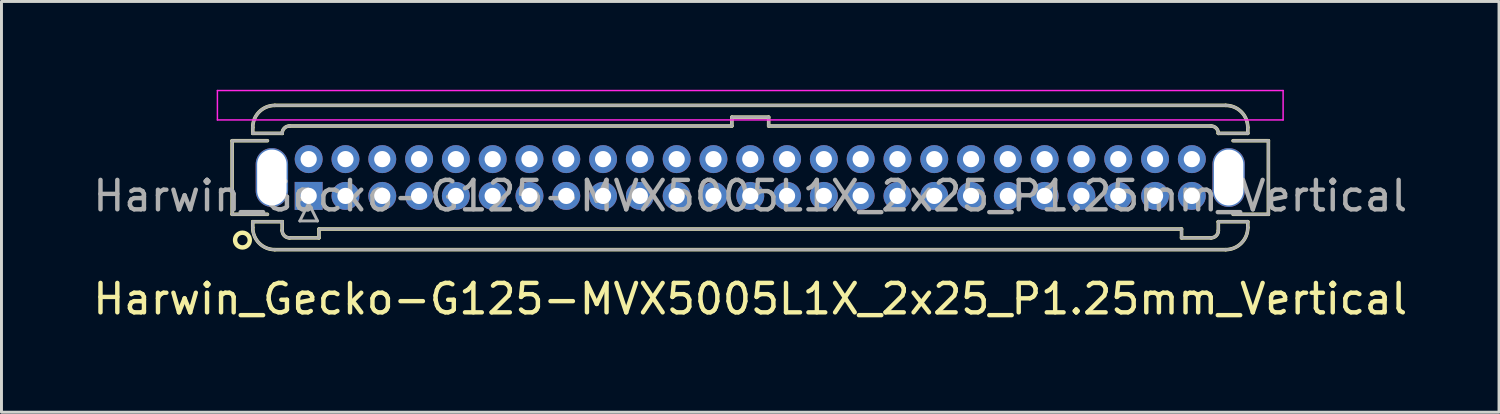
<source format=kicad_pcb>
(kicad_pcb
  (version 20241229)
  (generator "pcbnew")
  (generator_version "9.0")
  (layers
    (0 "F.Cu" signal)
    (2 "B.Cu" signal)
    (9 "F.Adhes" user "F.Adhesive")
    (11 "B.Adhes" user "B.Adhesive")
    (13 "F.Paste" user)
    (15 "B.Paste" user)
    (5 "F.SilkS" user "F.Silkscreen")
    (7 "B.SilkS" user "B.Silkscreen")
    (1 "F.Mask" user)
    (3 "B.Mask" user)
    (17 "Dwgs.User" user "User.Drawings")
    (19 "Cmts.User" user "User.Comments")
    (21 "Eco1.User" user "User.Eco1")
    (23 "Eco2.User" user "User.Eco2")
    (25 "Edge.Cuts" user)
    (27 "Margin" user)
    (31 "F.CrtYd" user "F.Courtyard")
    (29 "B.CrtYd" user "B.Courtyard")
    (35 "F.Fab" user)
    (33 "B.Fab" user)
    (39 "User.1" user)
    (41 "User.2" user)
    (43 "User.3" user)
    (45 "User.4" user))
  (footprint "Harwin_Gecko-G125-MVX5005L1X_2x25_P1.25mm_Vertical"
    (layer "F.Cu")
    (at 7.435 3.605)
    (property "Reference" "Harwin_Gecko-G125-MVX5005L1X_2x25_P1.25mm_Vertical" (at 15 3.5 0) (layer "F.SilkS") (effects (font (size 1 1) (thickness 0.15))))
    (attr through_hole)
    (fp_line (start -2.6 -1.875) (end -2.6 0.625) (stroke (width 0.12) (type solid)) (layer "F.SilkS"))
    (fp_line (start -2.6 0.625) (end -1.4 0.625) (stroke (width 0.12) (type solid)) (layer "F.SilkS"))
    (fp_line (start -1.9 -2.325) (end -1.9 -2.125) (stroke (width 0.12) (type solid)) (layer "F.SilkS"))
    (fp_line (start -1.9 -2.125) (end -0.9 -2.125) (stroke (width 0.12) (type solid)) (layer "F.SilkS"))
    (fp_line (start -1.9 0.875) (end -0.9 0.875) (stroke (width 0.12) (type solid)) (layer "F.SilkS"))
    (fp_line (start -1.9 1.075) (end -1.9 0.875) (stroke (width 0.12) (type solid)) (layer "F.SilkS"))
    (fp_line (start -1.4 -1.875) (end -2.6 -1.875) (stroke (width 0.12) (type solid)) (layer "F.SilkS"))
    (fp_line (start -1.15 -3.075) (end 31.15 -3.075) (stroke (width 0.12) (type solid)) (layer "F.SilkS"))
    (fp_line (start -1.15 1.825) (end 31.15 1.825) (stroke (width 0.12) (type solid)) (layer "F.SilkS"))
    (fp_line (start -0.9 -2.125) (end -0.9 -2.125) (stroke (width 0.12) (type solid)) (layer "F.SilkS"))
    (fp_line (start -0.9 0.875) (end -0.9 0.875) (stroke (width 0.12) (type solid)) (layer "F.SilkS"))
    (fp_line (start -0.9 1.175) (end -0.9 0.875) (stroke (width 0.12) (type solid)) (layer "F.SilkS"))
    (fp_line (start -0.65 -2.375) (end 14.375 -2.375) (stroke (width 0.12) (type solid)) (layer "F.SilkS"))
    (fp_line (start -0.65 1.425) (end 0.35 1.425) (stroke (width 0.12) (type solid)) (layer "F.SilkS"))
    (fp_line (start 0.35 1.125) (end 29.65 1.125) (stroke (width 0.12) (type solid)) (layer "F.SilkS"))
    (fp_line (start 0.35 1.425) (end 0.35 1.125) (stroke (width 0.12) (type solid)) (layer "F.SilkS"))
    (fp_line (start 14.375 -2.675) (end 15.625 -2.675) (stroke (width 0.12) (type solid)) (layer "F.SilkS"))
    (fp_line (start 14.375 -2.375) (end 14.375 -2.675) (stroke (width 0.12) (type solid)) (layer "F.SilkS"))
    (fp_line (start 15.625 -2.675) (end 15.625 -2.375) (stroke (width 0.12) (type solid)) (layer "F.SilkS"))
    (fp_line (start 15.625 -2.375) (end 30.65 -2.375) (stroke (width 0.12) (type solid)) (layer "F.SilkS"))
    (fp_line (start 29.65 1.125) (end 29.65 1.425) (stroke (width 0.12) (type solid)) (layer "F.SilkS"))
    (fp_line (start 29.65 1.425) (end 30.65 1.425) (stroke (width 0.12) (type solid)) (layer "F.SilkS"))
    (fp_line (start 30.9 -2.125) (end 30.9 -2.125) (stroke (width 0.12) (type solid)) (layer "F.SilkS"))
    (fp_line (start 30.9 0.875) (end 30.9 0.875) (stroke (width 0.12) (type solid)) (layer "F.SilkS"))
    (fp_line (start 30.9 1.175) (end 30.9 0.875) (stroke (width 0.12) (type solid)) (layer "F.SilkS"))
    (fp_line (start 31.4 -1.875) (end 32.6 -1.875) (stroke (width 0.12) (type solid)) (layer "F.SilkS"))
    (fp_line (start 31.9 -2.325) (end 31.9 -2.125) (stroke (width 0.12) (type solid)) (layer "F.SilkS"))
    (fp_line (start 31.9 -2.125) (end 30.9 -2.125) (stroke (width 0.12) (type solid)) (layer "F.SilkS"))
    (fp_line (start 31.9 0.875) (end 30.9 0.875) (stroke (width 0.12) (type solid)) (layer "F.SilkS"))
    (fp_line (start 31.9 1.075) (end 31.9 0.875) (stroke (width 0.12) (type solid)) (layer "F.SilkS"))
    (fp_line (start 32.6 -1.875) (end 32.6 0.625) (stroke (width 0.12) (type solid)) (layer "F.SilkS"))
    (fp_line (start 32.6 0.625) (end 31.4 0.625) (stroke (width 0.12) (type solid)) (layer "F.SilkS"))
    (fp_arc (start -1.9 -2.325) (mid -1.68033 -2.85533) (end -1.15 -3.075) (stroke (width 0.12) (type solid)) (layer "F.SilkS"))
    (fp_arc (start -1.15 1.825) (mid -1.68033 1.60533) (end -1.9 1.075) (stroke (width 0.12) (type solid)) (layer "F.SilkS"))
    (fp_arc (start -0.9 -2.125) (mid -0.826777 -2.301777) (end -0.65 -2.375) (stroke (width 0.12) (type solid)) (layer "F.SilkS"))
    (fp_arc (start -0.65 1.425) (mid -0.826777 1.351777) (end -0.9 1.175) (stroke (width 0.12) (type solid)) (layer "F.SilkS"))
    (fp_arc (start 30.65 -2.375) (mid 30.826777 -2.301777) (end 30.9 -2.125) (stroke (width 0.12) (type solid)) (layer "F.SilkS"))
    (fp_arc (start 30.9 1.175) (mid 30.826777 1.351777) (end 30.65 1.425) (stroke (width 0.12) (type solid)) (layer "F.SilkS"))
    (fp_arc (start 31.15 -3.075) (mid 31.68033 -2.85533) (end 31.9 -2.325) (stroke (width 0.12) (type solid)) (layer "F.SilkS"))
    (fp_arc (start 31.9 1.075) (mid 31.68033 1.60533) (end 31.15 1.825) (stroke (width 0.12) (type solid)) (layer "F.SilkS"))
    (fp_circle (center -2.25 1.5) (end -2 1.5) (stroke (width 0.15) (type solid)) (fill no) (layer "F.SilkS"))
    (fp_line (start -3.1 -3.58) (end -3.1 -2.58) (stroke (width 0.05) (type solid)) (layer "F.CrtYd"))
    (fp_line (start -3.1 -2.58) (end 33.1 -2.58) (stroke (width 0.05) (type solid)) (layer "F.CrtYd"))
    (fp_line (start 33.1 -3.58) (end -3.1 -3.58) (stroke (width 0.05) (type solid)) (layer "F.CrtYd"))
    (fp_line (start 33.1 -2.58) (end 33.1 -3.58) (stroke (width 0.05) (type solid)) (layer "F.CrtYd"))
    (fp_line (start -2.6 -1.875) (end -2.6 0.625) (stroke (width 0.1) (type solid)) (layer "F.Fab"))
    (fp_line (start -2.6 0.625) (end -1.4 0.625) (stroke (width 0.1) (type solid)) (layer "F.Fab"))
    (fp_line (start -1.9 -2.325) (end -1.9 -2.125) (stroke (width 0.1) (type solid)) (layer "F.Fab"))
    (fp_line (start -1.9 -2.125) (end -0.9 -2.125) (stroke (width 0.1) (type solid)) (layer "F.Fab"))
    (fp_line (start -1.9 0.875) (end -0.9 0.875) (stroke (width 0.1) (type solid)) (layer "F.Fab"))
    (fp_line (start -1.9 1.075) (end -1.9 0.875) (stroke (width 0.1) (type solid)) (layer "F.Fab"))
    (fp_line (start -1.4 -1.875) (end -2.6 -1.875) (stroke (width 0.1) (type solid)) (layer "F.Fab"))
    (fp_line (start -1.15 -3.075) (end 31.15 -3.075) (stroke (width 0.1) (type solid)) (layer "F.Fab"))
    (fp_line (start -1.15 1.825) (end 31.15 1.825) (stroke (width 0.1) (type solid)) (layer "F.Fab"))
    (fp_line (start -0.9 -2.125) (end -0.9 -2.125) (stroke (width 0.1) (type solid)) (layer "F.Fab"))
    (fp_line (start -0.9 0.875) (end -0.9 0.875) (stroke (width 0.1) (type solid)) (layer "F.Fab"))
    (fp_line (start -0.9 1.175) (end -0.9 0.875) (stroke (width 0.1) (type solid)) (layer "F.Fab"))
    (fp_line (start -0.65 -2.375) (end 14.375 -2.375) (stroke (width 0.1) (type solid)) (layer "F.Fab"))
    (fp_line (start -0.65 1.425) (end 0.35 1.425) (stroke (width 0.1) (type solid)) (layer "F.Fab"))
    (fp_line (start -0.3 0.85) (end 0.3 0.85) (stroke (width 0.1) (type solid)) (layer "F.Fab"))
    (fp_line (start 0 0.25) (end -0.3 0.85) (stroke (width 0.1) (type solid)) (layer "F.Fab"))
    (fp_line (start 0.3 0.85) (end 0 0.25) (stroke (width 0.1) (type solid)) (layer "F.Fab"))
    (fp_line (start 0.35 1.125) (end 29.65 1.125) (stroke (width 0.1) (type solid)) (layer "F.Fab"))
    (fp_line (start 0.35 1.425) (end 0.35 1.125) (stroke (width 0.1) (type solid)) (layer "F.Fab"))
    (fp_line (start 14.375 -2.675) (end 15.625 -2.675) (stroke (width 0.1) (type solid)) (layer "F.Fab"))
    (fp_line (start 14.375 -2.375) (end 14.375 -2.675) (stroke (width 0.1) (type solid)) (layer "F.Fab"))
    (fp_line (start 15.625 -2.675) (end 15.625 -2.375) (stroke (width 0.1) (type solid)) (layer "F.Fab"))
    (fp_line (start 15.625 -2.375) (end 30.65 -2.375) (stroke (width 0.1) (type solid)) (layer "F.Fab"))
    (fp_line (start 29.65 1.125) (end 29.65 1.425) (stroke (width 0.1) (type solid)) (layer "F.Fab"))
    (fp_line (start 29.65 1.425) (end 30.65 1.425) (stroke (width 0.1) (type solid)) (layer "F.Fab"))
    (fp_line (start 30.9 -2.125) (end 30.9 -2.125) (stroke (width 0.1) (type solid)) (layer "F.Fab"))
    (fp_line (start 30.9 0.875) (end 30.9 0.875) (stroke (width 0.1) (type solid)) (layer "F.Fab"))
    (fp_line (start 30.9 1.175) (end 30.9 0.875) (stroke (width 0.1) (type solid)) (layer "F.Fab"))
    (fp_line (start 31.4 -1.875) (end 32.6 -1.875) (stroke (width 0.1) (type solid)) (layer "F.Fab"))
    (fp_line (start 31.9 -2.325) (end 31.9 -2.125) (stroke (width 0.1) (type solid)) (layer "F.Fab"))
    (fp_line (start 31.9 -2.125) (end 30.9 -2.125) (stroke (width 0.1) (type solid)) (layer "F.Fab"))
    (fp_line (start 31.9 0.875) (end 30.9 0.875) (stroke (width 0.1) (type solid)) (layer "F.Fab"))
    (fp_line (start 31.9 1.075) (end 31.9 0.875) (stroke (width 0.1) (type solid)) (layer "F.Fab"))
    (fp_line (start 32.6 -1.875) (end 32.6 0.625) (stroke (width 0.1) (type solid)) (layer "F.Fab"))
    (fp_line (start 32.6 0.625) (end 31.4 0.625) (stroke (width 0.1) (type solid)) (layer "F.Fab"))
    (fp_arc (start -1.9 -2.325) (mid -1.68033 -2.85533) (end -1.15 -3.075) (stroke (width 0.1) (type solid)) (layer "F.Fab"))
    (fp_arc (start -1.15 1.825) (mid -1.68033 1.60533) (end -1.9 1.075) (stroke (width 0.1) (type solid)) (layer "F.Fab"))
    (fp_arc (start -0.9 -2.125) (mid -0.826777 -2.301777) (end -0.65 -2.375) (stroke (width 0.1) (type solid)) (layer "F.Fab"))
    (fp_arc (start -0.65 1.425) (mid -0.826777 1.351777) (end -0.9 1.175) (stroke (width 0.1) (type solid)) (layer "F.Fab"))
    (fp_arc (start 30.65 -2.375) (mid 30.826777 -2.301777) (end 30.9 -2.125) (stroke (width 0.1) (type solid)) (layer "F.Fab"))
    (fp_arc (start 30.9 1.175) (mid 30.826777 1.351777) (end 30.65 1.425) (stroke (width 0.1) (type solid)) (layer "F.Fab"))
    (fp_arc (start 31.15 -3.075) (mid 31.68033 -2.85533) (end 31.9 -2.325) (stroke (width 0.1) (type solid)) (layer "F.Fab"))
    (fp_arc (start 31.9 1.075) (mid 31.68033 1.60533) (end 31.15 1.825) (stroke (width 0.1) (type solid)) (layer "F.Fab"))
    (fp_text user "${REFERENCE}" (at 15 0 0) (layer "F.Fab") (effects (font (size 1 1) (thickness 0.15))))
    (pad "" np_thru_hole oval (at -1.25 -0.625) (size 1.1 2) (drill oval 1 1.9) (layers "*.Cu" "*.Mask"))
    (pad "" np_thru_hole oval (at 31.25 -0.625) (size 1.1 2) (drill oval 1 1.9) (layers "*.Cu" "*.Mask"))
    (pad "1" thru_hole rect (at 0 0) (size 0.95 0.95) (drill 0.55) (layers "*.Cu" "*.Mask"))
    (pad "2" thru_hole circle (at 0 -1.25) (size 0.95 0.95) (drill 0.55) (layers "*.Cu" "*.Mask"))
    (pad "3" thru_hole circle (at 1.25 0) (size 0.95 0.95) (drill 0.55) (layers "*.Cu" "*.Mask"))
    (pad "4" thru_hole circle (at 1.25 -1.25) (size 0.95 0.95) (drill 0.55) (layers "*.Cu" "*.Mask"))
    (pad "5" thru_hole circle (at 2.5 0) (size 0.95 0.95) (drill 0.55) (layers "*.Cu" "*.Mask"))
    (pad "6" thru_hole circle (at 2.5 -1.25) (size 0.95 0.95) (drill 0.55) (layers "*.Cu" "*.Mask"))
    (pad "7" thru_hole circle (at 3.75 0) (size 0.95 0.95) (drill 0.55) (layers "*.Cu" "*.Mask"))
    (pad "8" thru_hole circle (at 3.75 -1.25) (size 0.95 0.95) (drill 0.55) (layers "*.Cu" "*.Mask"))
    (pad "9" thru_hole circle (at 5 0) (size 0.95 0.95) (drill 0.55) (layers "*.Cu" "*.Mask"))
    (pad "10" thru_hole circle (at 5 -1.25) (size 0.95 0.95) (drill 0.55) (layers "*.Cu" "*.Mask"))
    (pad "11" thru_hole circle (at 6.25 0) (size 0.95 0.95) (drill 0.55) (layers "*.Cu" "*.Mask"))
    (pad "12" thru_hole circle (at 6.25 -1.25) (size 0.95 0.95) (drill 0.55) (layers "*.Cu" "*.Mask"))
    (pad "13" thru_hole circle (at 7.5 0) (size 0.95 0.95) (drill 0.55) (layers "*.Cu" "*.Mask"))
    (pad "14" thru_hole circle (at 7.5 -1.25) (size 0.95 0.95) (drill 0.55) (layers "*.Cu" "*.Mask"))
    (pad "15" thru_hole circle (at 8.75 0) (size 0.95 0.95) (drill 0.55) (layers "*.Cu" "*.Mask"))
    (pad "16" thru_hole circle (at 8.75 -1.25) (size 0.95 0.95) (drill 0.55) (layers "*.Cu" "*.Mask"))
    (pad "17" thru_hole circle (at 10 0) (size 0.95 0.95) (drill 0.55) (layers "*.Cu" "*.Mask"))
    (pad "18" thru_hole circle (at 10 -1.25) (size 0.95 0.95) (drill 0.55) (layers "*.Cu" "*.Mask"))
    (pad "19" thru_hole circle (at 11.25 0) (size 0.95 0.95) (drill 0.55) (layers "*.Cu" "*.Mask"))
    (pad "20" thru_hole circle (at 11.25 -1.25) (size 0.95 0.95) (drill 0.55) (layers "*.Cu" "*.Mask"))
    (pad "21" thru_hole circle (at 12.5 0) (size 0.95 0.95) (drill 0.55) (layers "*.Cu" "*.Mask"))
    (pad "22" thru_hole circle (at 12.5 -1.25) (size 0.95 0.95) (drill 0.55) (layers "*.Cu" "*.Mask"))
    (pad "23" thru_hole circle (at 13.75 0) (size 0.95 0.95) (drill 0.55) (layers "*.Cu" "*.Mask"))
    (pad "24" thru_hole circle (at 13.75 -1.25) (size 0.95 0.95) (drill 0.55) (layers "*.Cu" "*.Mask"))
    (pad "25" thru_hole circle (at 15 0) (size 0.95 0.95) (drill 0.55) (layers "*.Cu" "*.Mask"))
    (pad "26" thru_hole circle (at 15 -1.25) (size 0.95 0.95) (drill 0.55) (layers "*.Cu" "*.Mask"))
    (pad "27" thru_hole circle (at 16.25 0) (size 0.95 0.95) (drill 0.55) (layers "*.Cu" "*.Mask"))
    (pad "28" thru_hole circle (at 16.25 -1.25) (size 0.95 0.95) (drill 0.55) (layers "*.Cu" "*.Mask"))
    (pad "29" thru_hole circle (at 17.5 0) (size 0.95 0.95) (drill 0.55) (layers "*.Cu" "*.Mask"))
    (pad "30" thru_hole circle (at 17.5 -1.25) (size 0.95 0.95) (drill 0.55) (layers "*.Cu" "*.Mask"))
    (pad "31" thru_hole circle (at 18.75 0) (size 0.95 0.95) (drill 0.55) (layers "*.Cu" "*.Mask"))
    (pad "32" thru_hole circle (at 18.75 -1.25) (size 0.95 0.95) (drill 0.55) (layers "*.Cu" "*.Mask"))
    (pad "33" thru_hole circle (at 20 0) (size 0.95 0.95) (drill 0.55) (layers "*.Cu" "*.Mask"))
    (pad "34" thru_hole circle (at 20 -1.25) (size 0.95 0.95) (drill 0.55) (layers "*.Cu" "*.Mask"))
    (pad "35" thru_hole circle (at 21.25 0) (size 0.95 0.95) (drill 0.55) (layers "*.Cu" "*.Mask"))
    (pad "36" thru_hole circle (at 21.25 -1.25) (size 0.95 0.95) (drill 0.55) (layers "*.Cu" "*.Mask"))
    (pad "37" thru_hole circle (at 22.5 0) (size 0.95 0.95) (drill 0.55) (layers "*.Cu" "*.Mask"))
    (pad "38" thru_hole circle (at 22.5 -1.25) (size 0.95 0.95) (drill 0.55) (layers "*.Cu" "*.Mask"))
    (pad "39" thru_hole circle (at 23.75 0) (size 0.95 0.95) (drill 0.55) (layers "*.Cu" "*.Mask"))
    (pad "40" thru_hole circle (at 23.75 -1.25) (size 0.95 0.95) (drill 0.55) (layers "*.Cu" "*.Mask"))
    (pad "41" thru_hole circle (at 25 0) (size 0.95 0.95) (drill 0.55) (layers "*.Cu" "*.Mask"))
    (pad "42" thru_hole circle (at 25 -1.25) (size 0.95 0.95) (drill 0.55) (layers "*.Cu" "*.Mask"))
    (pad "43" thru_hole circle (at 26.25 0) (size 0.95 0.95) (drill 0.55) (layers "*.Cu" "*.Mask"))
    (pad "44" thru_hole circle (at 26.25 -1.25) (size 0.95 0.95) (drill 0.55) (layers "*.Cu" "*.Mask"))
    (pad "45" thru_hole circle (at 27.5 0) (size 0.95 0.95) (drill 0.55) (layers "*.Cu" "*.Mask"))
    (pad "46" thru_hole circle (at 27.5 -1.25) (size 0.95 0.95) (drill 0.55) (layers "*.Cu" "*.Mask"))
    (pad "47" thru_hole circle (at 28.75 0) (size 0.95 0.95) (drill 0.55) (layers "*.Cu" "*.Mask"))
    (pad "48" thru_hole circle (at 28.75 -1.25) (size 0.95 0.95) (drill 0.55) (layers "*.Cu" "*.Mask"))
    (pad "49" thru_hole circle (at 30 0) (size 0.95 0.95) (drill 0.55) (layers "*.Cu" "*.Mask"))
    (pad "50" thru_hole circle (at 30 -1.25) (size 0.95 0.95) (drill 0.55) (layers "*.Cu" "*.Mask")))
  (gr_rect
    (start -3 -3)
    (end 47.869 10.953)
    (stroke (width 0.1) (type default))
    (fill no)
    (layer "Edge.Cuts")))
</source>
